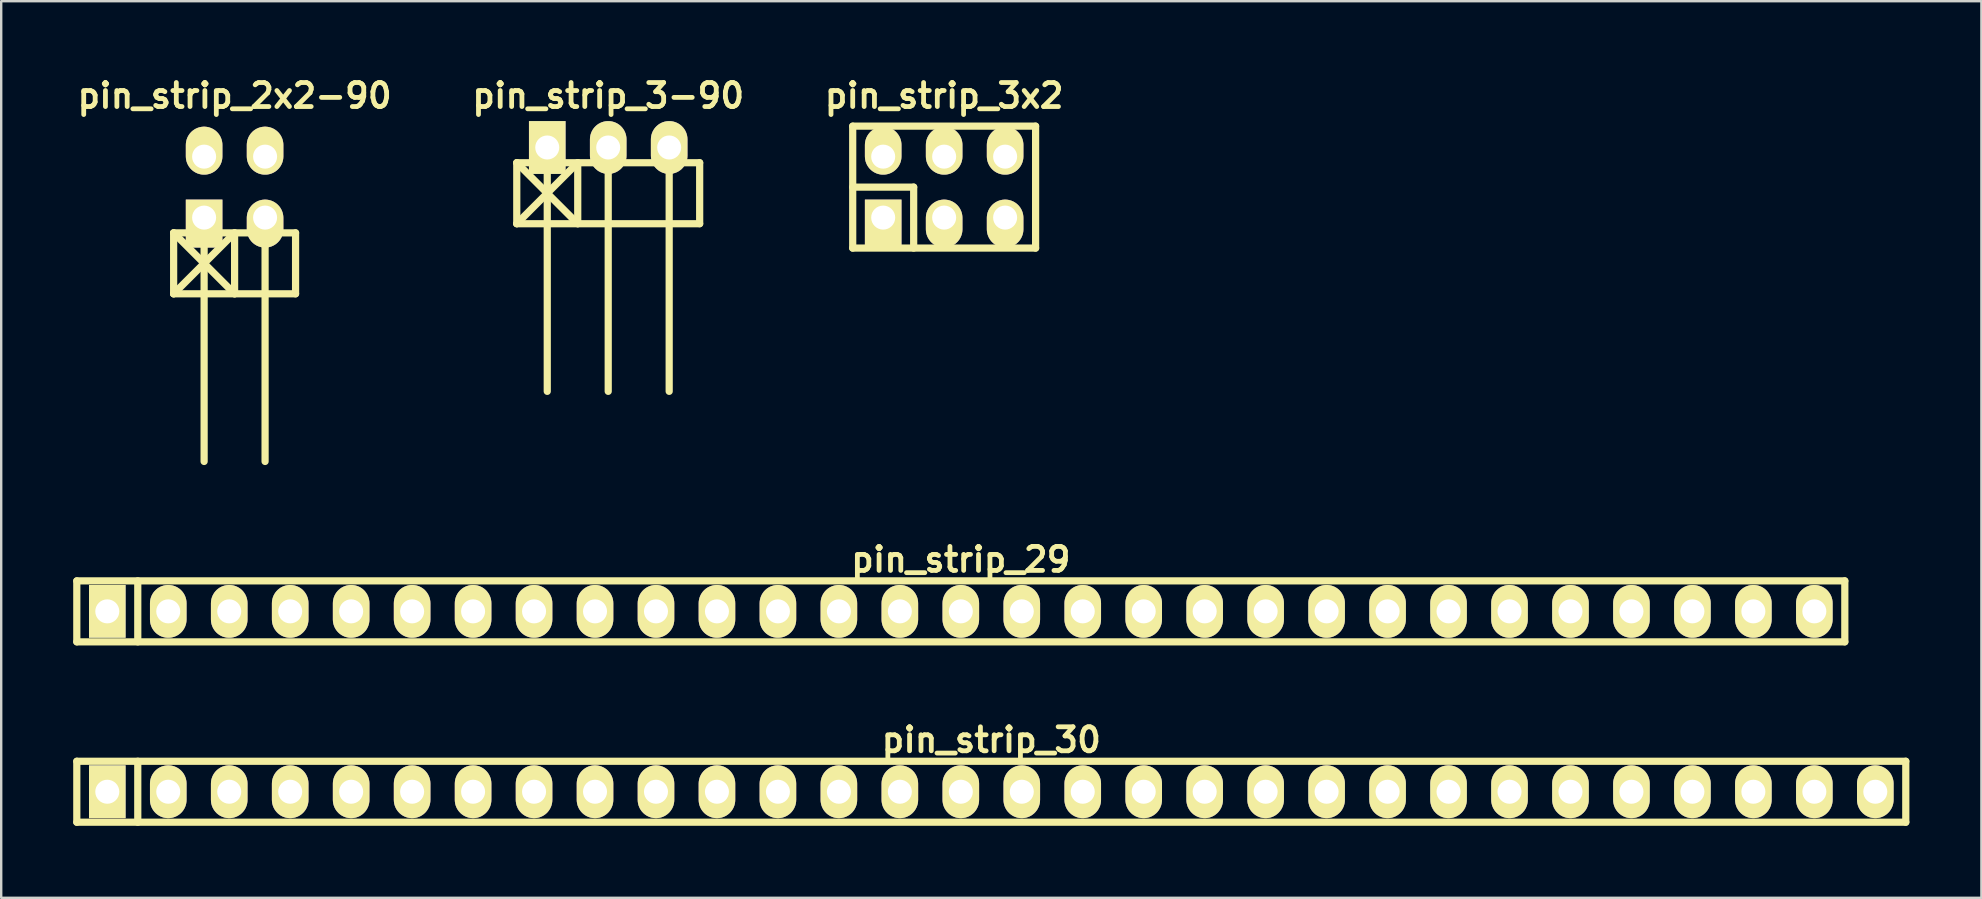
<source format=kicad_pcb>
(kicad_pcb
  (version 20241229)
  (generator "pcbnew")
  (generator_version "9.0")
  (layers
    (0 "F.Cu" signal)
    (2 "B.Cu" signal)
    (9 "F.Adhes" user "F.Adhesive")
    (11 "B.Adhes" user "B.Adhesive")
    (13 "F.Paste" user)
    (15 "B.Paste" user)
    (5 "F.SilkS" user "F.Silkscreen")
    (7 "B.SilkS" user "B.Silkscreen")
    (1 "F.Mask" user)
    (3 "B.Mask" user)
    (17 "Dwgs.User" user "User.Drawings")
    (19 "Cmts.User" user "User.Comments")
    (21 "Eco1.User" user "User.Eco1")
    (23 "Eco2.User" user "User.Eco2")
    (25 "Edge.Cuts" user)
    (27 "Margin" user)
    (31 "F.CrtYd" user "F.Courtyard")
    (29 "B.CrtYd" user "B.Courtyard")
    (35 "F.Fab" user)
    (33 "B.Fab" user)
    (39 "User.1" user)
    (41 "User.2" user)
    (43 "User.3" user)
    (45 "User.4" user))
  (footprint "pin_strip_3x2"
    (layer "F.Cu")
    (at 36.286 4.746)
    (property "Reference" "pin_strip_3x2" (at 0 -3.81 0) (layer "F.SilkS") (effects (font (size 1 1) (thickness 0.2))))
    (attr through_hole)
    (fp_line (start -3.81 -2.54) (end -3.81 2.54) (stroke (width 0.3) (type solid)) (layer "F.SilkS"))
    (fp_line (start -3.81 -2.54) (end 3.81 -2.54) (stroke (width 0.3) (type solid)) (layer "F.SilkS"))
    (fp_line (start -3.81 0) (end -1.27 0) (stroke (width 0.3) (type solid)) (layer "F.SilkS"))
    (fp_line (start -1.27 0) (end -1.27 2.54) (stroke (width 0.3) (type solid)) (layer "F.SilkS"))
    (fp_line (start 3.81 -2.54) (end 3.81 2.54) (stroke (width 0.3) (type solid)) (layer "F.SilkS"))
    (fp_line (start 3.81 2.54) (end -3.81 2.54) (stroke (width 0.3) (type solid)) (layer "F.SilkS"))
    (pad "1" thru_hole rect (at -2.54 1.27) (size 1.524 1.999) (drill 1.001 (offset 0 0.249)) (layers "*.Cu" "*.Mask" "F.SilkS"))
    (pad "2" thru_hole oval (at -2.54 -1.27) (size 1.524 1.999) (drill 1.001 (offset 0 -0.249)) (layers "*.Cu" "*.Mask" "F.SilkS"))
    (pad "3" thru_hole oval (at 0 1.27) (size 1.524 1.999) (drill 1.001 (offset 0 0.249)) (layers "*.Cu" "*.Mask" "F.SilkS"))
    (pad "4" thru_hole oval (at 0 -1.27) (size 1.524 1.999) (drill 1.001 (offset 0 -0.249)) (layers "*.Cu" "*.Mask" "F.SilkS"))
    (pad "5" thru_hole oval (at 2.54 1.27) (size 1.524 1.999) (drill 1.001 (offset 0 0.249)) (layers "*.Cu" "*.Mask" "F.SilkS"))
    (pad "6" thru_hole oval (at 2.54 -1.27) (size 1.524 1.999) (drill 1.001 (offset 0 -0.249)) (layers "*.Cu" "*.Mask" "F.SilkS")))
  (footprint "pin_strip_30"
    (layer "F.Cu")
    (at 38.25 29.936)
    (property "Reference" "pin_strip_30" (at 0 -2.159 0) (layer "F.SilkS") (effects (font (size 1 1) (thickness 0.2))))
    (attr through_hole)
    (fp_line (start -38.1 -1.27) (end 38.1 -1.27) (stroke (width 0.3) (type solid)) (layer "F.SilkS"))
    (fp_line (start -38.1 1.27) (end -38.1 -1.27) (stroke (width 0.3) (type solid)) (layer "F.SilkS"))
    (fp_line (start -35.56 -1.27) (end -35.56 1.27) (stroke (width 0.3) (type solid)) (layer "F.SilkS"))
    (fp_line (start 38.1 -1.27) (end 38.1 1.27) (stroke (width 0.3) (type solid)) (layer "F.SilkS"))
    (fp_line (start 38.1 1.27) (end -38.1 1.27) (stroke (width 0.3) (type solid)) (layer "F.SilkS"))
    (pad "1" thru_hole rect (at -36.83 0) (size 1.524 2.2) (drill 1.001) (layers "*.Cu" "*.Mask" "F.SilkS"))
    (pad "2" thru_hole oval (at -34.29 0) (size 1.524 2.2) (drill 1.001) (layers "*.Cu" "*.Mask" "F.SilkS"))
    (pad "3" thru_hole oval (at -31.75 0) (size 1.524 2.2) (drill 1.001) (layers "*.Cu" "*.Mask" "F.SilkS"))
    (pad "4" thru_hole oval (at -29.21 0) (size 1.524 2.2) (drill 1.001) (layers "*.Cu" "*.Mask" "F.SilkS"))
    (pad "5" thru_hole oval (at -26.67 0) (size 1.524 2.2) (drill 1.001) (layers "*.Cu" "*.Mask" "F.SilkS"))
    (pad "6" thru_hole oval (at -24.13 0) (size 1.524 2.2) (drill 1.001) (layers "*.Cu" "*.Mask" "F.SilkS"))
    (pad "7" thru_hole oval (at -21.59 0) (size 1.524 2.2) (drill 1.001) (layers "*.Cu" "*.Mask" "F.SilkS"))
    (pad "8" thru_hole oval (at -19.05 0) (size 1.524 2.2) (drill 1.001) (layers "*.Cu" "*.Mask" "F.SilkS"))
    (pad "9" thru_hole oval (at -16.51 0) (size 1.524 2.2) (drill 1.001) (layers "*.Cu" "*.Mask" "F.SilkS"))
    (pad "10" thru_hole oval (at -13.97 0) (size 1.524 2.2) (drill 1.001) (layers "*.Cu" "*.Mask" "F.SilkS"))
    (pad "11" thru_hole oval (at -11.43 0) (size 1.524 2.2) (drill 1.001) (layers "*.Cu" "*.Mask" "F.SilkS"))
    (pad "12" thru_hole oval (at -8.89 0) (size 1.524 2.2) (drill 1.001) (layers "*.Cu" "*.Mask" "F.SilkS"))
    (pad "13" thru_hole oval (at -6.35 0) (size 1.524 2.2) (drill 1.001) (layers "*.Cu" "*.Mask" "F.SilkS"))
    (pad "14" thru_hole oval (at -3.81 0) (size 1.524 2.2) (drill 1.001) (layers "*.Cu" "*.Mask" "F.SilkS"))
    (pad "15" thru_hole oval (at -1.27 0) (size 1.524 2.2) (drill 1.001) (layers "*.Cu" "*.Mask" "F.SilkS"))
    (pad "16" thru_hole oval (at 1.27 0) (size 1.524 2.2) (drill 1.001) (layers "*.Cu" "*.Mask" "F.SilkS"))
    (pad "17" thru_hole oval (at 3.81 0) (size 1.524 2.2) (drill 1.001) (layers "*.Cu" "*.Mask" "F.SilkS"))
    (pad "18" thru_hole oval (at 6.35 0) (size 1.524 2.2) (drill 1.001) (layers "*.Cu" "*.Mask" "F.SilkS"))
    (pad "19" thru_hole oval (at 8.89 0) (size 1.524 2.2) (drill 1.001) (layers "*.Cu" "*.Mask" "F.SilkS"))
    (pad "20" thru_hole oval (at 11.43 0) (size 1.524 2.2) (drill 1.001) (layers "*.Cu" "*.Mask" "F.SilkS"))
    (pad "21" thru_hole oval (at 13.97 0) (size 1.524 2.2) (drill 1.001) (layers "*.Cu" "*.Mask" "F.SilkS"))
    (pad "22" thru_hole oval (at 16.51 0) (size 1.524 2.2) (drill 1.001) (layers "*.Cu" "*.Mask" "F.SilkS"))
    (pad "23" thru_hole oval (at 19.05 0) (size 1.524 2.2) (drill 1.001) (layers "*.Cu" "*.Mask" "F.SilkS"))
    (pad "24" thru_hole oval (at 21.59 0) (size 1.524 2.2) (drill 1.001) (layers "*.Cu" "*.Mask" "F.SilkS"))
    (pad "25" thru_hole oval (at 24.13 0) (size 1.524 2.2) (drill 1.001) (layers "*.Cu" "*.Mask" "F.SilkS"))
    (pad "26" thru_hole oval (at 26.67 0) (size 1.524 2.2) (drill 1.001) (layers "*.Cu" "*.Mask" "F.SilkS"))
    (pad "27" thru_hole oval (at 29.21 0) (size 1.524 2.2) (drill 1.001) (layers "*.Cu" "*.Mask" "F.SilkS"))
    (pad "28" thru_hole oval (at 31.75 0) (size 1.524 2.2) (drill 1.001) (layers "*.Cu" "*.Mask" "F.SilkS"))
    (pad "29" thru_hole oval (at 34.29 0) (size 1.524 2.2) (drill 1.001) (layers "*.Cu" "*.Mask" "F.SilkS"))
    (pad "30" thru_hole oval (at 36.83 0) (size 1.524 2.2) (drill 1.001) (layers "*.Cu" "*.Mask" "F.SilkS")))
  (footprint "pin_strip_3-90"
    (layer "F.Cu")
    (at 22.29 3.095)
    (property "Reference" "pin_strip_3-90" (at 0 -2.159 0) (layer "F.SilkS") (effects (font (size 1 1) (thickness 0.2))))
    (attr through_hole)
    (fp_line (start -3.81 0.635) (end -1.27 3.175) (stroke (width 0.3) (type solid)) (layer "F.SilkS"))
    (fp_line (start -3.81 0.635) (end 3.81 0.635) (stroke (width 0.3) (type solid)) (layer "F.SilkS"))
    (fp_line (start -3.81 3.175) (end -3.81 0.635) (stroke (width 0.3) (type solid)) (layer "F.SilkS"))
    (fp_line (start -2.54 0) (end -2.54 10.16) (stroke (width 0.3) (type solid)) (layer "F.SilkS"))
    (fp_line (start -1.27 0.635) (end -3.81 3.175) (stroke (width 0.3) (type solid)) (layer "F.SilkS"))
    (fp_line (start -1.27 0.635) (end -1.27 3.175) (stroke (width 0.3) (type solid)) (layer "F.SilkS"))
    (fp_line (start 0 0) (end 0 10.16) (stroke (width 0.3) (type solid)) (layer "F.SilkS"))
    (fp_line (start 2.54 10.16) (end 2.54 0) (stroke (width 0.3) (type solid)) (layer "F.SilkS"))
    (fp_line (start 3.81 0.635) (end 3.81 3.175) (stroke (width 0.3) (type solid)) (layer "F.SilkS"))
    (fp_line (start 3.81 3.175) (end -3.81 3.175) (stroke (width 0.3) (type solid)) (layer "F.SilkS"))
    (pad "1" thru_hole rect (at -2.54 0) (size 1.524 2.2) (drill 1.001) (layers "*.Cu" "*.Mask" "F.SilkS"))
    (pad "2" thru_hole oval (at 0 0) (size 1.524 2.2) (drill 1.001) (layers "*.Cu" "*.Mask" "F.SilkS"))
    (pad "3" thru_hole oval (at 2.54 0) (size 1.524 2.2) (drill 1.001) (layers "*.Cu" "*.Mask" "F.SilkS")))
  (footprint "pin_strip_29"
    (layer "F.Cu")
    (at 36.98 22.421)
    (property "Reference" "pin_strip_29" (at 0 -2.159 0) (layer "F.SilkS") (effects (font (size 1 1) (thickness 0.2))))
    (attr through_hole)
    (fp_line (start -36.83 -1.27) (end 36.83 -1.27) (stroke (width 0.3) (type solid)) (layer "F.SilkS"))
    (fp_line (start -36.83 1.27) (end -36.83 -1.27) (stroke (width 0.3) (type solid)) (layer "F.SilkS"))
    (fp_line (start -34.29 -1.27) (end -34.29 1.27) (stroke (width 0.3) (type solid)) (layer "F.SilkS"))
    (fp_line (start 36.83 -1.27) (end 36.83 1.27) (stroke (width 0.3) (type solid)) (layer "F.SilkS"))
    (fp_line (start 36.83 1.27) (end -36.83 1.27) (stroke (width 0.3) (type solid)) (layer "F.SilkS"))
    (pad "1" thru_hole rect (at -35.56 0) (size 1.524 2.2) (drill 1.001) (layers "*.Cu" "*.Mask" "F.SilkS"))
    (pad "2" thru_hole oval (at -33.02 0) (size 1.524 2.2) (drill 1.001) (layers "*.Cu" "*.Mask" "F.SilkS"))
    (pad "3" thru_hole oval (at -30.48 0) (size 1.524 2.2) (drill 1.001) (layers "*.Cu" "*.Mask" "F.SilkS"))
    (pad "4" thru_hole oval (at -27.94 0) (size 1.524 2.2) (drill 1.001) (layers "*.Cu" "*.Mask" "F.SilkS"))
    (pad "5" thru_hole oval (at -25.4 0) (size 1.524 2.2) (drill 1.001) (layers "*.Cu" "*.Mask" "F.SilkS"))
    (pad "6" thru_hole oval (at -22.86 0) (size 1.524 2.2) (drill 1.001) (layers "*.Cu" "*.Mask" "F.SilkS"))
    (pad "7" thru_hole oval (at -20.32 0) (size 1.524 2.2) (drill 1.001) (layers "*.Cu" "*.Mask" "F.SilkS"))
    (pad "8" thru_hole oval (at -17.78 0) (size 1.524 2.2) (drill 1.001) (layers "*.Cu" "*.Mask" "F.SilkS"))
    (pad "9" thru_hole oval (at -15.24 0) (size 1.524 2.2) (drill 1.001) (layers "*.Cu" "*.Mask" "F.SilkS"))
    (pad "10" thru_hole oval (at -12.7 0) (size 1.524 2.2) (drill 1.001) (layers "*.Cu" "*.Mask" "F.SilkS"))
    (pad "11" thru_hole oval (at -10.16 0) (size 1.524 2.2) (drill 1.001) (layers "*.Cu" "*.Mask" "F.SilkS"))
    (pad "12" thru_hole oval (at -7.62 0) (size 1.524 2.2) (drill 1.001) (layers "*.Cu" "*.Mask" "F.SilkS"))
    (pad "13" thru_hole oval (at -5.08 0) (size 1.524 2.2) (drill 1.001) (layers "*.Cu" "*.Mask" "F.SilkS"))
    (pad "14" thru_hole oval (at -2.54 0) (size 1.524 2.2) (drill 1.001) (layers "*.Cu" "*.Mask" "F.SilkS"))
    (pad "15" thru_hole oval (at 0 0) (size 1.524 2.2) (drill 1.001) (layers "*.Cu" "*.Mask" "F.SilkS"))
    (pad "16" thru_hole oval (at 2.54 0) (size 1.524 2.2) (drill 1.001) (layers "*.Cu" "*.Mask" "F.SilkS"))
    (pad "17" thru_hole oval (at 5.08 0) (size 1.524 2.2) (drill 1.001) (layers "*.Cu" "*.Mask" "F.SilkS"))
    (pad "18" thru_hole oval (at 7.62 0) (size 1.524 2.2) (drill 1.001) (layers "*.Cu" "*.Mask" "F.SilkS"))
    (pad "19" thru_hole oval (at 10.16 0) (size 1.524 2.2) (drill 1.001) (layers "*.Cu" "*.Mask" "F.SilkS"))
    (pad "20" thru_hole oval (at 12.7 0) (size 1.524 2.2) (drill 1.001) (layers "*.Cu" "*.Mask" "F.SilkS"))
    (pad "21" thru_hole oval (at 15.24 0) (size 1.524 2.2) (drill 1.001) (layers "*.Cu" "*.Mask" "F.SilkS"))
    (pad "22" thru_hole oval (at 17.78 0) (size 1.524 2.2) (drill 1.001) (layers "*.Cu" "*.Mask" "F.SilkS"))
    (pad "23" thru_hole oval (at 20.32 0) (size 1.524 2.2) (drill 1.001) (layers "*.Cu" "*.Mask" "F.SilkS"))
    (pad "24" thru_hole oval (at 22.86 0) (size 1.524 2.2) (drill 1.001) (layers "*.Cu" "*.Mask" "F.SilkS"))
    (pad "25" thru_hole oval (at 25.4 0) (size 1.524 2.2) (drill 1.001) (layers "*.Cu" "*.Mask" "F.SilkS"))
    (pad "26" thru_hole oval (at 27.94 0) (size 1.524 2.2) (drill 1.001) (layers "*.Cu" "*.Mask" "F.SilkS"))
    (pad "27" thru_hole oval (at 30.48 0) (size 1.524 2.2) (drill 1.001) (layers "*.Cu" "*.Mask" "F.SilkS"))
    (pad "28" thru_hole oval (at 33.02 0) (size 1.524 2.2) (drill 1.001) (layers "*.Cu" "*.Mask" "F.SilkS"))
    (pad "29" thru_hole oval (at 35.56 0) (size 1.524 2.2) (drill 1.001) (layers "*.Cu" "*.Mask" "F.SilkS")))
  (footprint "pin_strip_2x2-90"
    (layer "F.Cu")
    (at 6.724 4.746)
    (property "Reference" "pin_strip_2x2-90" (at 0 -3.81 0) (layer "F.SilkS") (effects (font (size 1 1) (thickness 0.2))))
    (attr through_hole)
    (fp_line (start -2.54 1.905) (end 2.54 1.905) (stroke (width 0.3) (type solid)) (layer "F.SilkS"))
    (fp_line (start -2.54 4.445) (end -2.54 1.905) (stroke (width 0.3) (type solid)) (layer "F.SilkS"))
    (fp_line (start -1.27 1.27) (end -1.27 11.43) (stroke (width 0.3) (type solid)) (layer "F.SilkS"))
    (fp_line (start 0 1.905) (end -2.54 4.445) (stroke (width 0.3) (type solid)) (layer "F.SilkS"))
    (fp_line (start 0 1.905) (end 0 4.445) (stroke (width 0.3) (type solid)) (layer "F.SilkS"))
    (fp_line (start 0 4.445) (end -2.54 1.905) (stroke (width 0.3) (type solid)) (layer "F.SilkS"))
    (fp_line (start 1.27 1.27) (end 1.27 11.43) (stroke (width 0.3) (type solid)) (layer "F.SilkS"))
    (fp_line (start 2.54 1.905) (end 2.54 4.445) (stroke (width 0.3) (type solid)) (layer "F.SilkS"))
    (fp_line (start 2.54 4.445) (end -2.54 4.445) (stroke (width 0.3) (type solid)) (layer "F.SilkS"))
    (pad "1" thru_hole rect (at -1.27 1.27) (size 1.524 1.999) (drill 1.001 (offset 0 0.249)) (layers "*.Cu" "*.Mask" "F.SilkS"))
    (pad "2" thru_hole oval (at -1.27 -1.27) (size 1.524 1.999) (drill 1.001 (offset 0 -0.249)) (layers "*.Cu" "*.Mask" "F.SilkS"))
    (pad "3" thru_hole oval (at 1.27 1.27) (size 1.524 1.999) (drill 1.001 (offset 0 0.249)) (layers "*.Cu" "*.Mask" "F.SilkS"))
    (pad "4" thru_hole oval (at 1.27 -1.27) (size 1.524 1.999) (drill 1.001 (offset 0 -0.249)) (layers "*.Cu" "*.Mask" "F.SilkS")))
  (gr_rect
    (start -3 -3)
    (end 79.5 34.356)
    (stroke (width 0.1) (type default))
    (fill no)
    (layer "Edge.Cuts")))
</source>
